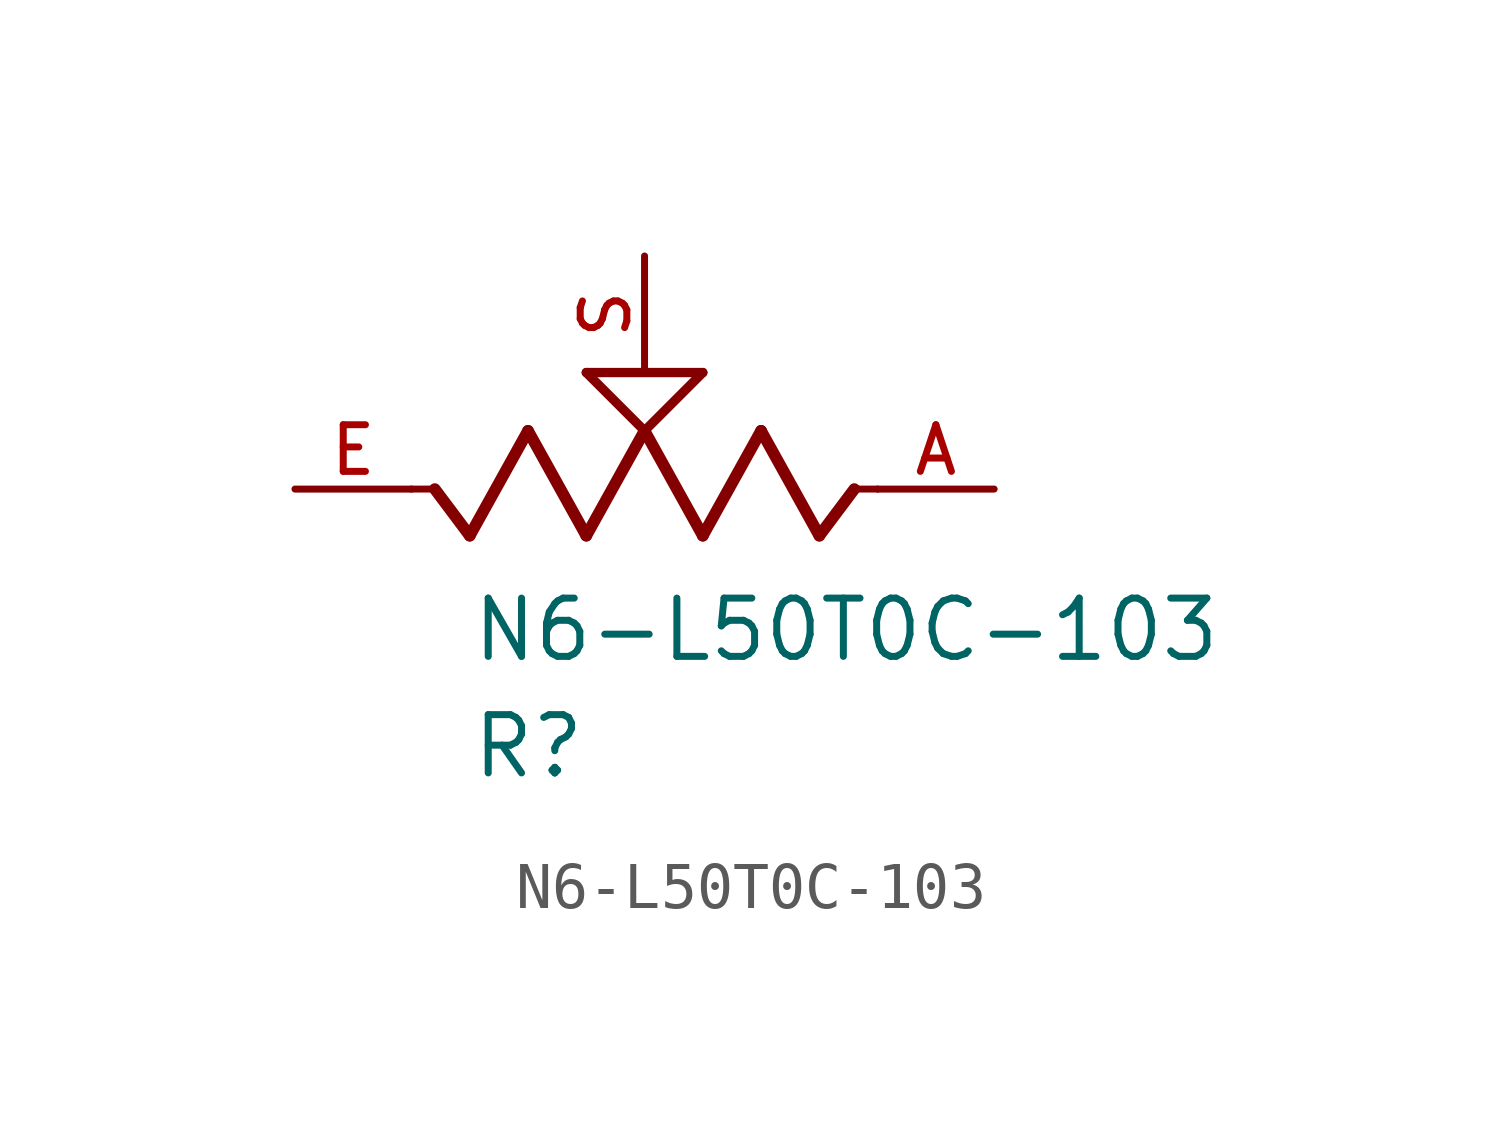
<source format=kicad_sym>
(kicad_symbol_lib
  (version 20211014)
  (generator kicad_symbol_editor)
  (symbol "N6-L50T0C-103"
    (pin_names
      (offset 1.016))
    (property "Reference" "R"
      (at -3.81 -6.35 0)
      (effects (font (size 1.27 1.27)) (justify bottom left)))
    (property "Value" "N6-L50T0C-103"
      (at -3.81 -3.81 0)
      (effects (font (size 1.27 1.27)) (justify bottom left)))
    (symbol "N6-L50T0C-103_0_0"
      (polyline (pts (xy 5.08 0.0) (xy 4.572 0.0)) (stroke (width 0.152)))
      (polyline (pts (xy 4.572 0.0) (xy 3.81 -1.016)) (stroke (width 0.254)))
      (polyline (pts (xy 3.81 -1.016) (xy 2.54 1.27)) (stroke (width 0.254)))
      (polyline (pts (xy 2.54 1.27) (xy 1.27 -1.016)) (stroke (width 0.254)))
      (polyline (pts (xy 1.27 -1.016) (xy 0.0 1.27)) (stroke (width 0.254)))
      (polyline (pts (xy 0.0 1.27) (xy -1.27 -1.016)) (stroke (width 0.254)))
      (polyline (pts (xy -1.27 -1.016) (xy -2.54 1.27)) (stroke (width 0.254)))
      (polyline (pts (xy -2.54 1.27) (xy -3.81 -1.016)) (stroke (width 0.254)))
      (polyline (pts (xy -3.81 -1.016) (xy -4.572 0.0)) (stroke (width 0.254)))
      (polyline (pts (xy -4.572 0.0) (xy -5.08 0.0)) (stroke (width 0.152)))
      (polyline (pts (xy 0.0 1.27) (xy -1.27 2.54)) (stroke (width 0.203)))
      (polyline (pts (xy 1.27 2.54) (xy 0.0 1.27)) (stroke (width 0.203)))
      (polyline (pts (xy -1.27 2.54) (xy 1.27 2.54)) (stroke (width 0.203)))
      (pin passive line (at 7.62 0.0 180.0) (length 2.54) (name "~" (effects (font (size 1.016 1.016)))) (number "A" (effects (font (size 1.016 1.016)))))
      (pin passive line (at -7.62 0.0 0) (length 2.54) (name "~" (effects (font (size 1.016 1.016)))) (number "E" (effects (font (size 1.016 1.016)))))
      (pin passive line (at 0.0 5.08 270.0) (length 2.54) (name "~" (effects (font (size 1.016 1.016)))) (number "S" (effects (font (size 1.016 1.016))))))))
</source>
